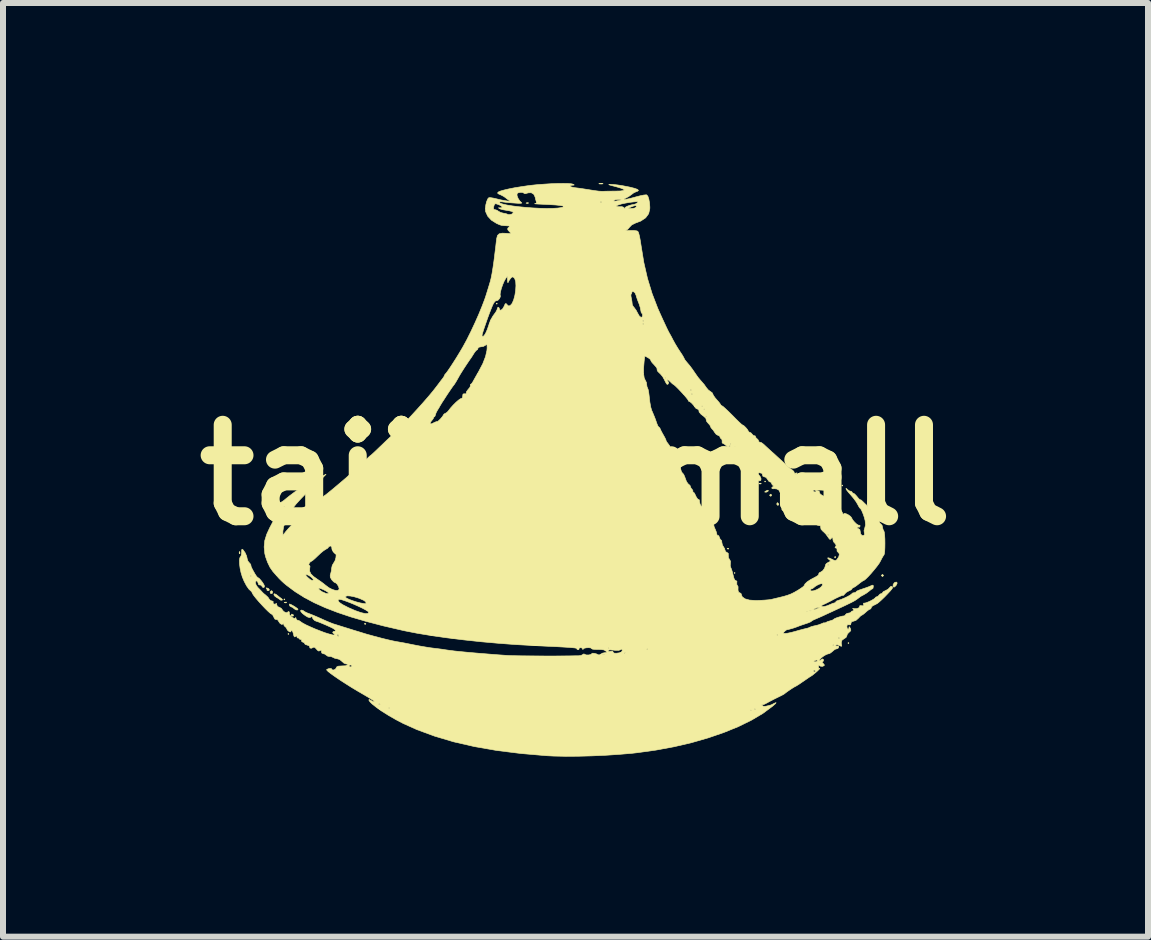
<source format=kicad_pcb>
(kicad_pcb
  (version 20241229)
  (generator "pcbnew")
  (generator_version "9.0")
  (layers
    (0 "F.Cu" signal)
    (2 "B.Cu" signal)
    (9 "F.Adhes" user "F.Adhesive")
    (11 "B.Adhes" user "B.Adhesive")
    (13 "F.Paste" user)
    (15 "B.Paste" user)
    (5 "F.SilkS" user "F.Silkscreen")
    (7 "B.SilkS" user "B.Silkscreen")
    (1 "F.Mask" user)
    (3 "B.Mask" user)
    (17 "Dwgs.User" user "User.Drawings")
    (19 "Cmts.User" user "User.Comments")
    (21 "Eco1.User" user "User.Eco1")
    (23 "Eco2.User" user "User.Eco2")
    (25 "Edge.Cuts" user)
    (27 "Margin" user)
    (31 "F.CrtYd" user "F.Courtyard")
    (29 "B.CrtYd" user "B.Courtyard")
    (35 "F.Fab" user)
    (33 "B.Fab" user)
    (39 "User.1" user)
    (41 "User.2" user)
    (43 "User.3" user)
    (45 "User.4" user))
  (footprint "tajin_small"
    (layer "F.Cu")
    (at 6.539 4.862)
    (property "Reference" "tajin_small" (at 0 0 0) (layer "F.SilkS") (effects (font (size 1.524 1.524) (thickness 0.3))))
    (attr through_hole)
    (fp_poly (pts (xy -4.843 2.074) (xy -4.851 2.083) (xy -4.86 2.074) (xy -4.851 2.066) (xy -4.843 2.074)) (stroke (width 0.01) (type solid)) (fill yes) (layer "F.SilkS"))
    (fp_poly (pts (xy -4.775 2.65) (xy -4.784 2.659) (xy -4.792 2.65) (xy -4.784 2.642) (xy -4.775 2.65)) (stroke (width 0.01) (type solid)) (fill yes) (layer "F.SilkS"))
    (fp_poly (pts (xy -1.304 -2.853) (xy -1.312 -2.845) (xy -1.321 -2.853) (xy -1.312 -2.862) (xy -1.304 -2.853)) (stroke (width 0.01) (type solid)) (fill yes) (layer "F.SilkS"))
    (fp_poly (pts (xy 2.659 1.634) (xy 2.65 1.643) (xy 2.642 1.634) (xy 2.65 1.626) (xy 2.659 1.634)) (stroke (width 0.01) (type solid)) (fill yes) (layer "F.SilkS"))
    (fp_poly (pts (xy 3.167 0.11) (xy 3.158 0.119) (xy 3.15 0.11) (xy 3.158 0.102) (xy 3.167 0.11)) (stroke (width 0.01) (type solid)) (fill yes) (layer "F.SilkS"))
    (fp_poly (pts (xy 3.522 0.652) (xy 3.514 0.66) (xy 3.505 0.652) (xy 3.514 0.643) (xy 3.522 0.652)) (stroke (width 0.01) (type solid)) (fill yes) (layer "F.SilkS"))
    (fp_poly (pts (xy 4.453 0.178) (xy 4.445 0.186) (xy 4.437 0.178) (xy 4.445 0.169) (xy 4.453 0.178)) (stroke (width 0.01) (type solid)) (fill yes) (layer "F.SilkS"))
    (fp_poly (pts (xy 4.555 2.802) (xy 4.547 2.811) (xy 4.538 2.802) (xy 4.547 2.794) (xy 4.555 2.802)) (stroke (width 0.01) (type solid)) (fill yes) (layer "F.SilkS"))
    (fp_poly (pts (xy -5.593 1.284) (xy -5.591 1.31) (xy -5.595 1.316) (xy -5.602 1.311) (xy -5.604 1.294) (xy -5.599 1.276) (xy -5.593 1.284)) (stroke (width 0.01) (type solid)) (fill yes) (layer "F.SilkS"))
    (fp_poly (pts (xy -4.814 2.123) (xy -4.819 2.131) (xy -4.836 2.132) (xy -4.854 2.128) (xy -4.846 2.122) (xy -4.82 2.12) (xy -4.814 2.123)) (stroke (width 0.01) (type solid)) (fill yes) (layer "F.SilkS"))
    (fp_poly (pts (xy -3.494 2.478) (xy -3.496 2.488) (xy -3.505 2.489) (xy -3.519 2.483) (xy -3.516 2.478) (xy -3.496 2.476) (xy -3.494 2.478)) (stroke (width 0.01) (type solid)) (fill yes) (layer "F.SilkS"))
    (fp_poly (pts (xy -0.784 -4.531) (xy -0.789 -4.524) (xy -0.806 -4.523) (xy -0.824 -4.527) (xy -0.816 -4.533) (xy -0.79 -4.535) (xy -0.784 -4.531)) (stroke (width 0.01) (type solid)) (fill yes) (layer "F.SilkS"))
    (fp_poly (pts (xy 2.213 0.666) (xy 2.21 0.676) (xy 2.201 0.677) (xy 2.187 0.671) (xy 2.19 0.666) (xy 2.21 0.664) (xy 2.213 0.666)) (stroke (width 0.01) (type solid)) (fill yes) (layer "F.SilkS"))
    (fp_poly (pts (xy 2.551 1.225) (xy 2.549 1.235) (xy 2.54 1.236) (xy 2.526 1.23) (xy 2.529 1.225) (xy 2.549 1.223) (xy 2.551 1.225)) (stroke (width 0.01) (type solid)) (fill yes) (layer "F.SilkS"))
    (fp_poly (pts (xy 2.805 -0.147) (xy 2.803 -0.137) (xy 2.794 -0.135) (xy 2.78 -0.142) (xy 2.783 -0.147) (xy 2.803 -0.149) (xy 2.805 -0.147)) (stroke (width 0.01) (type solid)) (fill yes) (layer "F.SilkS"))
    (fp_poly (pts (xy 3.094 0.142) (xy 3.089 0.15) (xy 3.072 0.151) (xy 3.054 0.147) (xy 3.062 0.141) (xy 3.088 0.139) (xy 3.094 0.142)) (stroke (width 0.01) (type solid)) (fill yes) (layer "F.SilkS"))
    (fp_poly (pts (xy 4.329 1.36) (xy 4.331 1.38) (xy 4.329 1.383) (xy 4.319 1.381) (xy 4.318 1.372) (xy 4.324 1.358) (xy 4.329 1.36)) (stroke (width 0.01) (type solid)) (fill yes) (layer "F.SilkS"))
    (fp_poly (pts (xy -5.048 1.944) (xy -5.046 1.956) (xy -5.057 1.979) (xy -5.08 1.975) (xy -5.085 1.97) (xy -5.089 1.949) (xy -5.071 1.932) (xy -5.062 1.93) (xy -5.048 1.944)) (stroke (width 0.01) (type solid)) (fill yes) (layer "F.SilkS"))
    (fp_poly (pts (xy -4.945 0.555) (xy -4.945 0.559) (xy -4.957 0.575) (xy -4.961 0.576) (xy -4.978 0.563) (xy -4.978 0.559) (xy -4.966 0.542) (xy -4.961 0.542) (xy -4.945 0.555)) (stroke (width 0.01) (type solid)) (fill yes) (layer "F.SilkS"))
    (fp_poly (pts (xy -4.702 2.332) (xy -4.699 2.337) (xy -4.703 2.351) (xy -4.715 2.354) (xy -4.738 2.345) (xy -4.741 2.337) (xy -4.729 2.32) (xy -4.725 2.32) (xy -4.702 2.332)) (stroke (width 0.01) (type solid)) (fill yes) (layer "F.SilkS"))
    (fp_poly (pts (xy 0.453 -4.855) (xy 0.458 -4.85) (xy 0.435 -4.847) (xy 0.423 -4.847) (xy 0.393 -4.849) (xy 0.389 -4.853) (xy 0.394 -4.855) (xy 0.437 -4.857) (xy 0.453 -4.855)) (stroke (width 0.01) (type solid)) (fill yes) (layer "F.SilkS"))
    (fp_poly (pts (xy 3.212 0.258) (xy 3.209 0.271) (xy 3.185 0.286) (xy 3.17 0.288) (xy 3.151 0.285) (xy 3.163 0.273) (xy 3.167 0.271) (xy 3.198 0.256) (xy 3.212 0.258)) (stroke (width 0.01) (type solid)) (fill yes) (layer "F.SilkS"))
    (fp_poly (pts (xy 3.268 0.335) (xy 3.268 0.339) (xy 3.255 0.355) (xy 3.251 0.356) (xy 3.235 0.343) (xy 3.234 0.339) (xy 3.247 0.322) (xy 3.251 0.322) (xy 3.268 0.335)) (stroke (width 0.01) (type solid)) (fill yes) (layer "F.SilkS"))
    (fp_poly (pts (xy 3.37 0.466) (xy 3.386 0.487) (xy 3.387 0.492) (xy 3.374 0.508) (xy 3.37 0.508) (xy 3.355 0.494) (xy 3.353 0.482) (xy 3.361 0.464) (xy 3.37 0.466)) (stroke (width 0.01) (type solid)) (fill yes) (layer "F.SilkS"))
    (fp_poly (pts (xy 3.459 0.453) (xy 3.463 0.457) (xy 3.459 0.472) (xy 3.447 0.474) (xy 3.424 0.465) (xy 3.421 0.457) (xy 3.433 0.441) (xy 3.436 0.44) (xy 3.459 0.453)) (stroke (width 0.01) (type solid)) (fill yes) (layer "F.SilkS"))
    (fp_poly (pts (xy 3.464 0.557) (xy 3.466 0.568) (xy 3.458 0.59) (xy 3.452 0.593) (xy 3.438 0.58) (xy 3.437 0.577) (xy 3.45 0.553) (xy 3.452 0.552) (xy 3.464 0.557)) (stroke (width 0.01) (type solid)) (fill yes) (layer "F.SilkS"))
    (fp_poly (pts (xy 5.13 1.672) (xy 5.131 1.676) (xy 5.118 1.693) (xy 5.114 1.693) (xy 5.097 1.68) (xy 5.097 1.676) (xy 5.11 1.66) (xy 5.114 1.659) (xy 5.13 1.672)) (stroke (width 0.01) (type solid)) (fill yes) (layer "F.SilkS"))
    (fp_poly (pts (xy 5.358 1.807) (xy 5.342 1.84) (xy 5.337 1.847) (xy 5.31 1.87) (xy 5.294 1.867) (xy 5.29 1.833) (xy 5.309 1.8) (xy 5.326 1.789) (xy 5.353 1.787) (xy 5.358 1.807)) (stroke (width 0.01) (type solid)) (fill yes) (layer "F.SilkS"))
    (fp_poly (pts (xy -5.141 1.884) (xy -5.113 1.895) (xy -5.101 1.914) (xy -5.109 1.928) (xy -5.122 1.93) (xy -5.141 1.923) (xy -5.14 1.915) (xy -5.144 1.895) (xy -5.152 1.89) (xy -5.156 1.884) (xy -5.141 1.884)) (stroke (width 0.01) (type solid)) (fill yes) (layer "F.SilkS"))
    (fp_poly (pts (xy -4.988 1.992) (xy -4.964 2.011) (xy -4.926 2.042) (xy -4.902 2.059) (xy -4.883 2.077) (xy -4.888 2.088) (xy -4.913 2.087) (xy -4.923 2.08) (xy -4.953 2.058) (xy -4.98 2.043) (xy -5.01 2.021) (xy -5.026 1.998) (xy -5.022 1.983) (xy -5.014 1.981) (xy -4.988 1.992)) (stroke (width 0.01) (type solid)) (fill yes) (layer "F.SilkS"))
    (fp_poly (pts (xy -4.743 2.159) (xy -4.706 2.179) (xy -4.667 2.203) (xy -4.635 2.226) (xy -4.623 2.239) (xy -4.635 2.252) (xy -4.661 2.248) (xy -4.688 2.23) (xy -4.691 2.227) (xy -4.718 2.205) (xy -4.733 2.201) (xy -4.757 2.188) (xy -4.764 2.176) (xy -4.768 2.154) (xy -4.765 2.151) (xy -4.743 2.159)) (stroke (width 0.01) (type solid)) (fill yes) (layer "F.SilkS"))
    (fp_poly (pts (xy 3.055 0.003) (xy 3.074 0.024) (xy 3.091 0.064) (xy 3.087 0.092) (xy 3.068 0.101) (xy 3.037 0.084) (xy 3.034 0.081) (xy 3.017 0.047) (xy 3.014 0.03) (xy 3.005 0.004) (xy 2.986 0.003) (xy 2.974 0.017) (xy 2.969 0.021) (xy 2.97 0.013) (xy 2.988 -0.01) (xy 3.02 -0.013) (xy 3.055 0.003)) (stroke (width 0.01) (type solid)) (fill yes) (layer "F.SilkS"))
    (fp_poly (pts (xy -0.125 -4.855) (xy -0.071 -4.85) (xy -0.051 -4.846) (xy -0.023 -4.833) (xy -0.025 -4.828) (xy -0.046 -4.827) (xy -0.084 -4.822) (xy -0.092 -4.811) (xy -0.074 -4.799) (xy -0.032 -4.788) (xy -0.004 -4.784) (xy 0.06 -4.776) (xy 0.141 -4.764) (xy 0.225 -4.751) (xy 0.242 -4.748) (xy 0.318 -4.736) (xy 0.389 -4.727) (xy 0.442 -4.724) (xy 0.454 -4.724) (xy 0.5 -4.726) (xy 0.568 -4.727) (xy 0.644 -4.728) (xy 0.665 -4.728) (xy 0.747 -4.73) (xy 0.796 -4.737) (xy 0.813 -4.748) (xy 0.813 -4.748) (xy 0.797 -4.76) (xy 0.756 -4.777) (xy 0.697 -4.795) (xy 0.665 -4.804) (xy 0.598 -4.821) (xy 0.562 -4.832) (xy 0.554 -4.838) (xy 0.571 -4.841) (xy 0.584 -4.841) (xy 0.635 -4.838) (xy 0.705 -4.83) (xy 0.778 -4.819) (xy 0.779 -4.819) (xy 0.897 -4.796) (xy 0.981 -4.775) (xy 1.032 -4.757) (xy 1.049 -4.74) (xy 1.034 -4.726) (xy 1.011 -4.718) (xy 0.971 -4.7) (xy 0.935 -4.673) (xy 0.891 -4.641) (xy 0.842 -4.614) (xy 0.81 -4.598) (xy 0.808 -4.59) (xy 0.831 -4.59) (xy 0.877 -4.598) (xy 0.942 -4.614) (xy 1.008 -4.632) (xy 1.077 -4.65) (xy 1.136 -4.662) (xy 1.176 -4.666) (xy 1.185 -4.665) (xy 1.205 -4.643) (xy 1.221 -4.596) (xy 1.233 -4.532) (xy 1.238 -4.46) (xy 1.237 -4.431) (xy 1.218 -4.351) (xy 1.168 -4.283) (xy 1.087 -4.229) (xy 1.002 -4.197) (xy 0.937 -4.165) (xy 0.901 -4.128) (xy 0.871 -4.093) (xy 0.839 -4.074) (xy 0.836 -4.071) (xy 0.861 -4.07) (xy 0.909 -4.072) (xy 0.909 -4.072) (xy 0.975 -4.072) (xy 1.022 -4.065) (xy 1.038 -4.058) (xy 1.051 -4.032) (xy 1.066 -3.975) (xy 1.081 -3.893) (xy 1.091 -3.827) (xy 1.138 -3.538) (xy 1.199 -3.272) (xy 1.276 -3.02) (xy 1.371 -2.773) (xy 1.388 -2.735) (xy 1.418 -2.668) (xy 1.452 -2.593) (xy 1.486 -2.52) (xy 1.517 -2.453) (xy 1.542 -2.402) (xy 1.557 -2.373) (xy 1.558 -2.371) (xy 1.574 -2.343) (xy 1.6 -2.296) (xy 1.624 -2.249) (xy 1.661 -2.182) (xy 1.707 -2.106) (xy 1.743 -2.051) (xy 1.777 -2) (xy 1.801 -1.959) (xy 1.812 -1.936) (xy 1.812 -1.936) (xy 1.823 -1.916) (xy 1.849 -1.883) (xy 1.86 -1.87) (xy 1.901 -1.822) (xy 1.943 -1.766) (xy 1.953 -1.752) (xy 2.003 -1.679) (xy 2.041 -1.625) (xy 2.077 -1.582) (xy 2.105 -1.55) (xy 2.144 -1.505) (xy 2.176 -1.459) (xy 2.18 -1.453) (xy 2.213 -1.414) (xy 2.246 -1.39) (xy 2.276 -1.369) (xy 2.286 -1.349) (xy 2.297 -1.325) (xy 2.324 -1.286) (xy 2.353 -1.252) (xy 2.39 -1.21) (xy 2.414 -1.177) (xy 2.421 -1.164) (xy 2.435 -1.152) (xy 2.439 -1.151) (xy 2.457 -1.14) (xy 2.493 -1.108) (xy 2.543 -1.061) (xy 2.601 -1.004) (xy 2.614 -0.991) (xy 2.673 -0.931) (xy 2.724 -0.881) (xy 2.762 -0.846) (xy 2.783 -0.83) (xy 2.785 -0.83) (xy 2.806 -0.818) (xy 2.836 -0.789) (xy 2.863 -0.757) (xy 2.878 -0.731) (xy 2.879 -0.727) (xy 2.892 -0.712) (xy 2.9 -0.711) (xy 2.925 -0.698) (xy 2.943 -0.677) (xy 2.965 -0.654) (xy 2.981 -0.652) (xy 2.995 -0.648) (xy 2.997 -0.638) (xy 3.011 -0.611) (xy 3.023 -0.603) (xy 3.045 -0.58) (xy 3.048 -0.567) (xy 3.059 -0.547) (xy 3.07 -0.545) (xy 3.096 -0.538) (xy 3.13 -0.513) (xy 3.136 -0.508) (xy 3.168 -0.478) (xy 3.217 -0.433) (xy 3.274 -0.381) (xy 3.303 -0.356) (xy 3.368 -0.296) (xy 3.435 -0.235) (xy 3.493 -0.181) (xy 3.508 -0.167) (xy 3.554 -0.125) (xy 3.593 -0.093) (xy 3.615 -0.079) (xy 3.638 -0.056) (xy 3.641 -0.043) (xy 3.651 -0.026) (xy 3.67 -0.029) (xy 3.69 -0.034) (xy 3.684 -0.021) (xy 3.677 -0.012) (xy 3.663 0.01) (xy 3.674 0.017) (xy 3.683 0.017) (xy 3.712 0.029) (xy 3.75 0.058) (xy 3.768 0.075) (xy 3.819 0.124) (xy 3.876 0.169) (xy 3.888 0.178) (xy 3.927 0.21) (xy 3.951 0.24) (xy 3.954 0.251) (xy 3.968 0.277) (xy 3.986 0.285) (xy 4.007 0.284) (xy 4.004 0.27) (xy 4.001 0.256) (xy 4.02 0.26) (xy 4.049 0.269) (xy 4.057 0.271) (xy 4.063 0.285) (xy 4.064 0.297) (xy 4.078 0.32) (xy 4.113 0.344) (xy 4.123 0.348) (xy 4.16 0.369) (xy 4.178 0.39) (xy 4.178 0.394) (xy 4.188 0.413) (xy 4.199 0.416) (xy 4.249 0.43) (xy 4.292 0.463) (xy 4.31 0.493) (xy 4.322 0.517) (xy 4.334 0.509) (xy 4.337 0.506) (xy 4.349 0.492) (xy 4.352 0.505) (xy 4.363 0.53) (xy 4.392 0.563) (xy 4.398 0.57) (xy 4.429 0.601) (xy 4.444 0.624) (xy 4.445 0.627) (xy 4.455 0.651) (xy 4.458 0.653) (xy 4.47 0.654) (xy 4.47 0.648) (xy 4.482 0.641) (xy 4.511 0.649) (xy 4.547 0.667) (xy 4.579 0.69) (xy 4.598 0.712) (xy 4.598 0.714) (xy 4.616 0.748) (xy 4.647 0.785) (xy 4.681 0.818) (xy 4.71 0.837) (xy 4.724 0.838) (xy 4.739 0.842) (xy 4.741 0.854) (xy 4.73 0.872) (xy 4.716 0.87) (xy 4.694 0.87) (xy 4.691 0.879) (xy 4.704 0.895) (xy 4.716 0.897) (xy 4.737 0.912) (xy 4.742 0.936) (xy 4.75 0.984) (xy 4.773 1.01) (xy 4.8 1.01) (xy 4.819 0.993) (xy 4.812 0.971) (xy 4.807 0.928) (xy 4.818 0.889) (xy 4.832 0.834) (xy 4.826 0.768) (xy 4.825 0.761) (xy 4.81 0.704) (xy 4.79 0.647) (xy 4.769 0.597) (xy 4.752 0.566) (xy 4.743 0.559) (xy 4.73 0.545) (xy 4.71 0.51) (xy 4.701 0.492) (xy 4.673 0.445) (xy 4.63 0.387) (xy 4.587 0.336) (xy 4.546 0.29) (xy 4.517 0.252) (xy 4.505 0.23) (xy 4.505 0.229) (xy 4.513 0.226) (xy 4.528 0.241) (xy 4.558 0.265) (xy 4.578 0.271) (xy 4.602 0.279) (xy 4.606 0.288) (xy 4.619 0.304) (xy 4.627 0.305) (xy 4.65 0.318) (xy 4.68 0.35) (xy 4.691 0.363) (xy 4.719 0.397) (xy 4.739 0.413) (xy 4.743 0.414) (xy 4.76 0.42) (xy 4.787 0.445) (xy 4.787 0.445) (xy 4.819 0.477) (xy 4.865 0.519) (xy 4.899 0.548) (xy 4.945 0.593) (xy 4.983 0.64) (xy 4.998 0.667) (xy 5.019 0.71) (xy 5.041 0.742) (xy 5.041 0.742) (xy 5.06 0.773) (xy 5.063 0.787) (xy 5.077 0.812) (xy 5.088 0.819) (xy 5.108 0.842) (xy 5.114 0.868) (xy 5.123 0.909) (xy 5.135 0.929) (xy 5.144 0.954) (xy 5.15 1.003) (xy 5.154 1.068) (xy 5.155 1.141) (xy 5.154 1.213) (xy 5.151 1.275) (xy 5.145 1.318) (xy 5.138 1.335) (xy 5.123 1.356) (xy 5.1 1.397) (xy 5.081 1.435) (xy 5.058 1.475) (xy 5.02 1.527) (xy 4.973 1.585) (xy 4.923 1.644) (xy 4.875 1.696) (xy 4.833 1.737) (xy 4.805 1.759) (xy 4.798 1.761) (xy 4.78 1.771) (xy 4.745 1.796) (xy 4.715 1.82) (xy 4.672 1.853) (xy 4.637 1.875) (xy 4.624 1.88) (xy 4.607 1.892) (xy 4.606 1.897) (xy 4.592 1.915) (xy 4.557 1.932) (xy 4.555 1.933) (xy 4.513 1.956) (xy 4.486 1.983) (xy 4.467 2.006) (xy 4.455 2.007) (xy 4.435 2.011) (xy 4.393 2.029) (xy 4.336 2.056) (xy 4.301 2.074) (xy 4.236 2.109) (xy 4.18 2.137) (xy 4.14 2.156) (xy 4.13 2.16) (xy 4.103 2.175) (xy 4.098 2.187) (xy 4.112 2.196) (xy 4.147 2.193) (xy 4.194 2.18) (xy 4.244 2.159) (xy 4.247 2.158) (xy 4.287 2.14) (xy 4.314 2.134) (xy 4.333 2.123) (xy 4.335 2.117) (xy 4.349 2.102) (xy 4.381 2.09) (xy 4.423 2.076) (xy 4.476 2.054) (xy 4.529 2.029) (xy 4.574 2.004) (xy 4.601 1.984) (xy 4.606 1.978) (xy 4.62 1.967) (xy 4.64 1.964) (xy 4.667 1.958) (xy 4.674 1.949) (xy 4.688 1.936) (xy 4.727 1.919) (xy 4.771 1.904) (xy 4.833 1.883) (xy 4.888 1.863) (xy 4.915 1.851) (xy 4.947 1.837) (xy 4.96 1.842) (xy 4.961 1.862) (xy 4.956 1.89) (xy 4.949 1.897) (xy 4.928 1.907) (xy 4.897 1.932) (xy 4.894 1.935) (xy 4.846 1.971) (xy 4.801 1.998) (xy 4.763 2.018) (xy 4.742 2.031) (xy 4.741 2.032) (xy 4.723 2.046) (xy 4.689 2.071) (xy 4.682 2.076) (xy 4.661 2.09) (xy 4.635 2.105) (xy 4.601 2.123) (xy 4.554 2.146) (xy 4.49 2.177) (xy 4.404 2.217) (xy 4.292 2.269) (xy 4.284 2.273) (xy 4.192 2.315) (xy 4.126 2.346) (xy 4.077 2.368) (xy 4.042 2.383) (xy 4.013 2.396) (xy 3.986 2.407) (xy 3.984 2.408) (xy 3.947 2.425) (xy 3.929 2.439) (xy 3.929 2.44) (xy 3.914 2.45) (xy 3.875 2.466) (xy 3.831 2.481) (xy 3.774 2.5) (xy 3.729 2.516) (xy 3.708 2.524) (xy 3.677 2.536) (xy 3.631 2.552) (xy 3.582 2.566) (xy 3.542 2.577) (xy 3.522 2.58) (xy 3.505 2.589) (xy 3.481 2.61) (xy 3.46 2.632) (xy 3.466 2.64) (xy 3.498 2.642) (xy 3.539 2.637) (xy 3.599 2.624) (xy 3.666 2.606) (xy 3.666 2.606) (xy 3.733 2.587) (xy 3.794 2.571) (xy 3.835 2.561) (xy 3.877 2.551) (xy 3.903 2.539) (xy 3.93 2.528) (xy 3.975 2.516) (xy 3.988 2.514) (xy 4.045 2.5) (xy 4.096 2.481) (xy 4.102 2.478) (xy 4.134 2.465) (xy 4.149 2.465) (xy 4.149 2.465) (xy 4.159 2.467) (xy 4.17 2.459) (xy 4.201 2.444) (xy 4.245 2.431) (xy 4.246 2.431) (xy 4.283 2.419) (xy 4.301 2.408) (xy 4.301 2.407) (xy 4.316 2.396) (xy 4.351 2.381) (xy 4.397 2.366) (xy 4.441 2.354) (xy 4.471 2.35) (xy 4.475 2.35) (xy 4.492 2.34) (xy 4.498 2.328) (xy 4.521 2.309) (xy 4.548 2.303) (xy 4.579 2.297) (xy 4.589 2.286) (xy 4.603 2.271) (xy 4.614 2.269) (xy 4.637 2.259) (xy 4.634 2.24) (xy 4.619 2.229) (xy 4.617 2.225) (xy 4.642 2.229) (xy 4.644 2.229) (xy 4.683 2.229) (xy 4.717 2.217) (xy 4.735 2.198) (xy 4.733 2.185) (xy 4.741 2.178) (xy 4.767 2.18) (xy 4.797 2.182) (xy 4.801 2.168) (xy 4.799 2.16) (xy 4.797 2.138) (xy 4.812 2.137) (xy 4.838 2.132) (xy 4.88 2.116) (xy 4.927 2.094) (xy 4.968 2.07) (xy 4.992 2.051) (xy 4.995 2.045) (xy 5.009 2.033) (xy 5.019 2.032) (xy 5.045 2.018) (xy 5.052 2.007) (xy 5.075 1.984) (xy 5.088 1.981) (xy 5.111 1.972) (xy 5.114 1.963) (xy 5.128 1.946) (xy 5.163 1.929) (xy 5.165 1.928) (xy 5.207 1.905) (xy 5.234 1.877) (xy 5.255 1.856) (xy 5.276 1.86) (xy 5.283 1.881) (xy 5.272 1.9) (xy 5.242 1.936) (xy 5.199 1.982) (xy 5.15 2.033) (xy 5.101 2.08) (xy 5.058 2.119) (xy 5.028 2.143) (xy 5.026 2.144) (xy 4.984 2.166) (xy 4.957 2.178) (xy 4.932 2.198) (xy 4.928 2.212) (xy 4.917 2.233) (xy 4.91 2.235) (xy 4.887 2.246) (xy 4.852 2.273) (xy 4.838 2.286) (xy 4.802 2.317) (xy 4.775 2.335) (xy 4.77 2.337) (xy 4.751 2.349) (xy 4.722 2.378) (xy 4.713 2.388) (xy 4.671 2.425) (xy 4.63 2.438) (xy 4.598 2.447) (xy 4.589 2.473) (xy 4.582 2.499) (xy 4.556 2.498) (xy 4.555 2.498) (xy 4.53 2.496) (xy 4.522 2.517) (xy 4.521 2.53) (xy 4.528 2.563) (xy 4.542 2.574) (xy 4.554 2.56) (xy 4.556 2.544) (xy 4.56 2.529) (xy 4.571 2.544) (xy 4.577 2.555) (xy 4.587 2.588) (xy 4.573 2.611) (xy 4.559 2.621) (xy 4.53 2.651) (xy 4.521 2.678) (xy 4.507 2.709) (xy 4.481 2.725) (xy 4.439 2.755) (xy 4.427 2.8) (xy 4.432 2.828) (xy 4.436 2.854) (xy 4.421 2.854) (xy 4.406 2.847) (xy 4.363 2.83) (xy 4.338 2.834) (xy 4.335 2.844) (xy 4.347 2.854) (xy 4.36 2.851) (xy 4.382 2.854) (xy 4.386 2.868) (xy 4.372 2.892) (xy 4.359 2.896) (xy 4.324 2.906) (xy 4.309 2.917) (xy 4.264 2.955) (xy 4.236 2.975) (xy 4.218 2.98) (xy 4.217 2.98) (xy 4.183 2.99) (xy 4.14 3.014) (xy 4.099 3.044) (xy 4.07 3.073) (xy 4.064 3.088) (xy 4.073 3.094) (xy 4.084 3.085) (xy 4.113 3.066) (xy 4.13 3.076) (xy 4.132 3.09) (xy 4.121 3.113) (xy 4.112 3.116) (xy 4.107 3.124) (xy 4.124 3.14) (xy 4.144 3.163) (xy 4.143 3.178) (xy 4.112 3.191) (xy 4.076 3.186) (xy 4.06 3.175) (xy 4.051 3.176) (xy 4.047 3.197) (xy 4.053 3.225) (xy 4.068 3.224) (xy 4.07 3.227) (xy 4.051 3.247) (xy 4.03 3.268) (xy 3.984 3.308) (xy 3.94 3.343) (xy 3.927 3.351) (xy 3.89 3.374) (xy 3.838 3.41) (xy 3.78 3.45) (xy 3.779 3.45) (xy 3.729 3.485) (xy 3.689 3.51) (xy 3.669 3.522) (xy 3.668 3.522) (xy 3.65 3.531) (xy 3.614 3.553) (xy 3.57 3.582) (xy 3.528 3.611) (xy 3.497 3.634) (xy 3.488 3.642) (xy 3.47 3.655) (xy 3.429 3.677) (xy 3.378 3.702) (xy 3.309 3.736) (xy 3.238 3.773) (xy 3.198 3.795) (xy 3.152 3.819) (xy 3.117 3.831) (xy 3.106 3.83) (xy 3.102 3.831) (xy 3.107 3.841) (xy 3.134 3.857) (xy 3.169 3.855) (xy 3.222 3.843) (xy 3.258 3.833) (xy 3.29 3.817) (xy 3.297 3.813) (xy 3.333 3.796) (xy 3.342 3.797) (xy 3.324 3.818) (xy 3.282 3.855) (xy 3.122 3.974) (xy 2.931 4.087) (xy 2.713 4.194) (xy 2.472 4.292) (xy 2.21 4.382) (xy 1.932 4.462) (xy 1.64 4.53) (xy 1.337 4.586) (xy 1.028 4.629) (xy 0.94 4.639) (xy 0.724 4.657) (xy 0.498 4.672) (xy 0.268 4.682) (xy 0.043 4.688) (xy -0.171 4.689) (xy -0.364 4.685) (xy -0.483 4.679) (xy -0.912 4.642) (xy -1.312 4.592) (xy -1.684 4.527) (xy -2.029 4.448) (xy -2.348 4.353) (xy -2.644 4.244) (xy -2.871 4.142) (xy -2.995 4.077) (xy -3.115 4.008) (xy -3.226 3.938) (xy -3.252 3.92) (xy 2.913 3.92) (xy 2.921 3.929) (xy 2.929 3.92) (xy 2.921 3.912) (xy 2.913 3.92) (xy -3.252 3.92) (xy -3.276 3.903) (xy 2.98 3.903) (xy 2.989 3.912) (xy 2.997 3.903) (xy 2.989 3.895) (xy 2.98 3.903) (xy -3.276 3.903) (xy -3.3 3.886) (xy -3.116 3.886) (xy -3.107 3.895) (xy -3.099 3.886) (xy -3.107 3.878) (xy -3.116 3.886) (xy -3.3 3.886) (xy -3.321 3.871) (xy -3.389 3.816) (xy -3.279 3.816) (xy -3.277 3.826) (xy -3.268 3.827) (xy -3.254 3.821) (xy -3.257 3.816) (xy -3.277 3.814) (xy -3.279 3.816) (xy -3.389 3.816) (xy -3.394 3.812) (xy -3.427 3.779) (xy -3.444 3.751) (xy -3.438 3.741) (xy -3.413 3.755) (xy -3.411 3.757) (xy -3.384 3.771) (xy -3.344 3.783) (xy -3.341 3.78) (xy -3.363 3.762) (xy -3.408 3.733) (xy -3.471 3.695) (xy -3.522 3.665) (xy -3.627 3.604) (xy -3.732 3.541) (xy -3.833 3.477) (xy -3.926 3.417) (xy -4.008 3.361) (xy -4.074 3.314) (xy -4.121 3.277) (xy -4.13 3.268) (xy 3.962 3.268) (xy 3.975 3.285) (xy 3.979 3.285) (xy 3.996 3.272) (xy 3.996 3.268) (xy 3.983 3.252) (xy 3.979 3.251) (xy 3.963 3.264) (xy 3.962 3.268) (xy -4.13 3.268) (xy -4.145 3.252) (xy -4.147 3.244) (xy -4.121 3.231) (xy -4.089 3.225) (xy -4.067 3.228) (xy -4.064 3.233) (xy -4.052 3.25) (xy -4.027 3.25) (xy -4 3.236) (xy -3.988 3.217) (xy -3.976 3.197) (xy -3.951 3.187) (xy -3.904 3.184) (xy -3.885 3.183) (xy -3.776 3.183) (xy -3.762 3.198) (xy -3.751 3.2) (xy -3.728 3.191) (xy -3.725 3.183) (xy -3.739 3.168) (xy -3.751 3.167) (xy -3.773 3.176) (xy -3.776 3.183) (xy -3.885 3.183) (xy -3.834 3.181) (xy -3.801 3.173) (xy -3.793 3.167) (xy -3.807 3.153) (xy -3.826 3.15) (xy -3.859 3.137) (xy -3.887 3.111) (xy 3.966 3.111) (xy 3.983 3.115) (xy 3.992 3.115) (xy 4.022 3.109) (xy 4.03 3.099) (xy 4.019 3.083) (xy 3.989 3.093) (xy 3.979 3.099) (xy 3.966 3.111) (xy -3.887 3.111) (xy -3.892 3.107) (xy -3.93 3.076) (xy -3.966 3.065) (xy -4.012 3.055) (xy -4.038 3.042) (xy -4.075 3.026) (xy -4.098 3.026) (xy -4.13 3.02) (xy -4.148 3.007) (xy -4.181 2.984) (xy -4.202 2.98) (xy -4.228 2.968) (xy -4.233 2.944) (xy -4.237 2.92) (xy -4.253 2.925) (xy -4.257 2.928) (xy -4.278 2.936) (xy -4.302 2.92) (xy -4.316 2.903) (xy -4.344 2.874) (xy -4.364 2.87) (xy -4.376 2.878) (xy -4.403 2.889) (xy -4.425 2.884) (xy -4.43 2.866) (xy -4.428 2.862) (xy -4.436 2.849) (xy -4.468 2.837) (xy -4.47 2.836) (xy -4.503 2.825) (xy -4.513 2.812) (xy -4.513 2.811) (xy -4.52 2.797) (xy -4.54 2.789) (xy -4.563 2.775) (xy -4.564 2.761) (xy -4.567 2.746) (xy -4.579 2.743) (xy -4.603 2.734) (xy -4.606 2.725) (xy -4.616 2.715) (xy -4.623 2.718) (xy -4.637 2.714) (xy -4.64 2.7) (xy -4.644 2.681) (xy -4.663 2.691) (xy -4.664 2.692) (xy -4.681 2.7) (xy -4.692 2.684) (xy -4.696 2.669) (xy -3.974 2.669) (xy -3.971 2.675) (xy -3.956 2.692) (xy -3.953 2.692) (xy -3.946 2.679) (xy -3.945 2.675) (xy -3.958 2.659) (xy -3.963 2.659) (xy -3.974 2.669) (xy -4.696 2.669) (xy -4.7 2.651) (xy -4.711 2.614) (xy -4.726 2.592) (xy -4.738 2.59) (xy -4.741 2.608) (xy -4.752 2.617) (xy -4.775 2.608) (xy -4.802 2.584) (xy -4.809 2.567) (xy -4.823 2.541) (xy -4.834 2.534) (xy -4.856 2.511) (xy -4.86 2.494) (xy -4.865 2.476) (xy -4.873 2.484) (xy -4.894 2.492) (xy -4.921 2.477) (xy -4.945 2.444) (xy -4.95 2.432) (xy -4.97 2.41) (xy -4.986 2.41) (xy -5.009 2.403) (xy -5.027 2.37) (xy -5.045 2.335) (xy -5.063 2.32) (xy -5.064 2.32) (xy -5.084 2.308) (xy -5.121 2.275) (xy -5.169 2.228) (xy -5.222 2.172) (xy -5.275 2.114) (xy -5.323 2.058) (xy -5.36 2.011) (xy -5.382 1.978) (xy -5.385 1.969) (xy -5.398 1.944) (xy -5.409 1.935) (xy -5.443 1.903) (xy -5.482 1.847) (xy -5.521 1.773) (xy -5.551 1.702) (xy -5.556 1.685) (xy -5.419 1.685) (xy -5.41 1.693) (xy -5.402 1.685) (xy -5.41 1.676) (xy -5.419 1.685) (xy -5.556 1.685) (xy -5.573 1.63) (xy -5.589 1.555) (xy -5.598 1.483) (xy -5.6 1.422) (xy -5.593 1.381) (xy -5.585 1.37) (xy -5.571 1.345) (xy -5.564 1.302) (xy -5.563 1.291) (xy -5.562 1.25) (xy -5.556 1.238) (xy -5.54 1.248) (xy -5.537 1.252) (xy -5.505 1.297) (xy -5.48 1.353) (xy -5.469 1.404) (xy -5.469 1.404) (xy -5.458 1.437) (xy -5.435 1.465) (xy -5.413 1.49) (xy -5.409 1.503) (xy -5.407 1.522) (xy -5.391 1.559) (xy -5.366 1.606) (xy -5.339 1.653) (xy -5.314 1.691) (xy -5.296 1.71) (xy -5.293 1.711) (xy -5.272 1.724) (xy -5.242 1.757) (xy -5.211 1.797) (xy -5.189 1.835) (xy -5.182 1.857) (xy -5.191 1.877) (xy -5.211 1.874) (xy -5.227 1.853) (xy -5.246 1.835) (xy -5.259 1.835) (xy -5.279 1.829) (xy -5.286 1.808) (xy -5.299 1.775) (xy -5.317 1.765) (xy -5.332 1.78) (xy -5.334 1.798) (xy -5.322 1.836) (xy -5.293 1.877) (xy -5.287 1.882) (xy -5.252 1.918) (xy -5.225 1.947) (xy -5.223 1.95) (xy -5.197 1.976) (xy -5.159 2.006) (xy -5.159 2.007) (xy -5.124 2.039) (xy -5.104 2.07) (xy -5.104 2.07) (xy -5.081 2.095) (xy -5.061 2.1) (xy -5.038 2.107) (xy -5.039 2.119) (xy -5.037 2.142) (xy -5.028 2.152) (xy -5.001 2.154) (xy -4.992 2.145) (xy -4.982 2.141) (xy -4.979 2.162) (xy -4.966 2.194) (xy -4.94 2.204) (xy -4.904 2.223) (xy -4.886 2.247) (xy -4.864 2.275) (xy -4.833 2.293) (xy -4.806 2.296) (xy -4.795 2.285) (xy -4.779 2.276) (xy -4.774 2.278) (xy -4.766 2.299) (xy -4.769 2.31) (xy -4.762 2.334) (xy -4.733 2.364) (xy -4.727 2.369) (xy -4.69 2.391) (xy -4.671 2.389) (xy -4.668 2.383) (xy -4.66 2.377) (xy -4.658 2.392) (xy -4.645 2.417) (xy -4.632 2.421) (xy -4.6 2.432) (xy -4.585 2.443) (xy -4.55 2.467) (xy -4.493 2.498) (xy -4.421 2.531) (xy -4.341 2.566) (xy -4.257 2.599) (xy -4.178 2.629) (xy -4.107 2.651) (xy -4.053 2.666) (xy -4.021 2.668) (xy -4.016 2.666) (xy -4.018 2.651) (xy -4.026 2.646) (xy -4.046 2.629) (xy -4.039 2.612) (xy -4.022 2.608) (xy -3.998 2.601) (xy -4.003 2.585) (xy -4.034 2.561) (xy -4.068 2.543) (xy -4.151 2.505) (xy -4.224 2.474) (xy -4.281 2.451) (xy -4.316 2.439) (xy -4.321 2.438) (xy -4.349 2.425) (xy -4.375 2.397) (xy -4.386 2.37) (xy -4.391 2.358) (xy -4.41 2.37) (xy -4.431 2.378) (xy -4.462 2.369) (xy -4.502 2.345) (xy -4.549 2.309) (xy -4.576 2.279) (xy -4.58 2.258) (xy -4.564 2.252) (xy -4.536 2.261) (xy -4.531 2.267) (xy -4.511 2.28) (xy -4.47 2.3) (xy -4.441 2.311) (xy -4.382 2.334) (xy -4.309 2.365) (xy -4.25 2.391) (xy -4.173 2.426) (xy -4.119 2.449) (xy -4.08 2.465) (xy -4.049 2.477) (xy -4.039 2.481) (xy -4.003 2.492) (xy -3.943 2.511) (xy -3.866 2.535) (xy -3.779 2.562) (xy -3.69 2.59) (xy -3.607 2.615) (xy -3.536 2.637) (xy -3.484 2.653) (xy -3.463 2.659) (xy -3.418 2.671) (xy -3.357 2.688) (xy -3.31 2.7) (xy -3.225 2.723) (xy -3.135 2.745) (xy -3.052 2.764) (xy -2.983 2.778) (xy -2.946 2.784) (xy -2.914 2.79) (xy -2.856 2.8) (xy -2.781 2.815) (xy -2.697 2.832) (xy -2.691 2.833) (xy -2.598 2.851) (xy -2.505 2.867) (xy -2.424 2.88) (xy -2.369 2.887) (xy -2.295 2.896) (xy -2.218 2.906) (xy -2.176 2.913) (xy -2.112 2.922) (xy -2.019 2.934) (xy -1.902 2.946) (xy -1.766 2.959) (xy -1.615 2.972) (xy -1.454 2.985) (xy -1.288 2.998) (xy -1.143 3.008) (xy -1.086 3.011) (xy -1.001 3.013) (xy -0.893 3.015) (xy -0.769 3.016) (xy -0.634 3.017) (xy -0.493 3.018) (xy -0.353 3.018) (xy -0.219 3.017) (xy -0.096 3.016) (xy -0.042 3.015) (xy -0.002 3.014) (xy 0.049 3.014) (xy 0.05 3.014) (xy 0.093 3.008) (xy 0.12 2.994) (xy 0.122 2.992) (xy 0.14 2.982) (xy 0.152 2.99) (xy 0.178 3) (xy 0.216 3.001) (xy 0.251 2.994) (xy 0.27 2.981) (xy 0.271 2.978) (xy 0.284 2.971) (xy 0.316 2.974) (xy 0.352 2.984) (xy 0.379 2.998) (xy 0.379 2.998) (xy 0.401 2.999) (xy 0.41 2.993) (xy 0.448 2.993) (xy 0.464 2.996) (xy 0.486 2.993) (xy 0.486 2.987) (xy 0.464 2.983) (xy 0.454 2.986) (xy 0.448 2.993) (xy 0.41 2.993) (xy 0.418 2.988) (xy 0.453 2.969) (xy 0.487 2.963) (xy 0.518 2.961) (xy 0.519 2.951) (xy 0.504 2.935) (xy 0.494 2.929) (xy 0.542 2.929) (xy 0.556 2.943) (xy 0.584 2.939) (xy 0.617 2.937) (xy 0.627 2.953) (xy 0.638 2.969) (xy 0.675 2.972) (xy 0.685 2.971) (xy 0.73 2.965) (xy 0.735 2.963) (xy 0.813 2.963) (xy 0.819 2.977) (xy 0.824 2.975) (xy 0.826 2.955) (xy 0.824 2.952) (xy 0.814 2.954) (xy 0.813 2.963) (xy 0.735 2.963) (xy 0.76 2.956) (xy 0.761 2.955) (xy 0.777 2.931) (xy 0.779 2.918) (xy 0.775 2.904) (xy 1.185 2.904) (xy 1.194 2.913) (xy 1.202 2.904) (xy 1.194 2.896) (xy 1.185 2.904) (xy 0.775 2.904) (xy 0.774 2.901) (xy 0.755 2.911) (xy 0.754 2.912) (xy 0.719 2.924) (xy 0.656 2.923) (xy 0.636 2.92) (xy 0.579 2.915) (xy 0.549 2.919) (xy 0.542 2.929) (xy 0.494 2.929) (xy 0.475 2.917) (xy 0.427 2.91) (xy 0.373 2.909) (xy 0.318 2.908) (xy 0.281 2.903) (xy 0.271 2.895) (xy 0.261 2.887) (xy 0.542 2.887) (xy 0.55 2.896) (xy 0.559 2.887) (xy 0.55 2.879) (xy 0.542 2.887) (xy 0.261 2.887) (xy 0.257 2.884) (xy 0.222 2.879) (xy 0.181 2.881) (xy 0.145 2.888) (xy 0.13 2.9) (xy 0.122 2.912) (xy 0.12 2.9) (xy 0.104 2.883) (xy 0.084 2.879) (xy 0.06 2.885) (xy 0.059 2.896) (xy 0.055 2.91) (xy 0.042 2.913) (xy 0.024 2.905) (xy 0.024 2.897) (xy 0.023 2.892) (xy 0.011 2.888) (xy -0.014 2.883) (xy -0.056 2.879) (xy -0.116 2.874) (xy -0.197 2.869) (xy -0.303 2.863) (xy -0.436 2.857) (xy -0.598 2.849) (xy -0.703 2.844) (xy -0.839 2.836) (xy 4.284 2.836) (xy 4.293 2.845) (xy 4.301 2.836) (xy 4.293 2.828) (xy 4.284 2.836) (xy -0.839 2.836) (xy -0.991 2.828) (xy -1.284 2.806) (xy -1.576 2.78) (xy -1.864 2.749) (xy -2.14 2.715) (xy -2.142 2.715) (xy 4.374 2.715) (xy 4.377 2.725) (xy 4.386 2.726) (xy 4.4 2.72) (xy 4.397 2.715) (xy 4.377 2.713) (xy 4.374 2.715) (xy -2.142 2.715) (xy -2.399 2.678) (xy -2.467 2.667) (xy 3.353 2.667) (xy 3.361 2.675) (xy 3.37 2.667) (xy 3.361 2.659) (xy 3.353 2.667) (xy -2.467 2.667) (xy -2.637 2.639) (xy -2.847 2.598) (xy -2.887 2.589) (xy -3.202 2.516) (xy -3.485 2.442) (xy -3.739 2.368) (xy -3.968 2.291) (xy -4.172 2.212) (xy -4.356 2.129) (xy -4.418 2.096) (xy -3.957 2.096) (xy -3.935 2.125) (xy -3.883 2.161) (xy -3.799 2.204) (xy -3.795 2.207) (xy -3.674 2.26) (xy -3.577 2.294) (xy -3.506 2.311) (xy -3.46 2.309) (xy -3.443 2.293) (xy -3.454 2.278) (xy 3.844 2.278) (xy 3.852 2.286) (xy 3.861 2.278) (xy 3.852 2.269) (xy 3.844 2.278) (xy -3.454 2.278) (xy -3.454 2.277) (xy -3.484 2.258) (xy 3.9 2.258) (xy 3.903 2.268) (xy 3.912 2.269) (xy 3.926 2.263) (xy 3.923 2.258) (xy 3.903 2.256) (xy 3.9 2.258) (xy -3.484 2.258) (xy -3.491 2.253) (xy -3.505 2.246) (xy 3.954 2.246) (xy 3.956 2.251) (xy 3.984 2.245) (xy 4.026 2.23) (xy 4.032 2.227) (xy 4.063 2.212) (xy 4.068 2.203) (xy 4.064 2.203) (xy 4.038 2.208) (xy 4.004 2.22) (xy 3.972 2.234) (xy 3.954 2.246) (xy -3.505 2.246) (xy -3.547 2.223) (xy -3.616 2.19) (xy -3.692 2.156) (xy -3.768 2.125) (xy -3.838 2.099) (xy -3.896 2.08) (xy -3.934 2.073) (xy -3.946 2.075) (xy -3.957 2.096) (xy -4.418 2.096) (xy -4.522 2.04) (xy -4.524 2.039) (xy -3.834 2.039) (xy -3.814 2.054) (xy -3.771 2.075) (xy -3.712 2.097) (xy -3.647 2.118) (xy -3.584 2.134) (xy -3.556 2.139) (xy -3.519 2.145) (xy -3.501 2.148) (xy -3.489 2.139) (xy -3.489 2.138) (xy -3.497 2.114) (xy -3.527 2.091) (xy -3.582 2.066) (xy -3.617 2.052) (xy -3.69 2.03) (xy -3.753 2.018) (xy -3.802 2.015) (xy -3.831 2.024) (xy -3.834 2.039) (xy -4.524 2.039) (xy -4.672 1.946) (xy -4.735 1.899) (xy -4.281 1.899) (xy -4.263 1.919) (xy -4.23 1.943) (xy -4.215 1.951) (xy -4.159 1.975) (xy -4.124 1.979) (xy -4.115 1.968) (xy -4.129 1.953) (xy -4.164 1.931) (xy -4.21 1.908) (xy -4.256 1.89) (xy -4.28 1.887) (xy -4.281 1.899) (xy -4.735 1.899) (xy -4.809 1.844) (xy -4.817 1.838) (xy -4.861 1.801) (xy -4.899 1.766) (xy -4.941 1.724) (xy -4.991 1.668) (xy -4.993 1.666) (xy -4.496 1.666) (xy -4.483 1.688) (xy -4.462 1.709) (xy -4.42 1.745) (xy -4.387 1.76) (xy -4.37 1.753) (xy -4.369 1.745) (xy -4.382 1.723) (xy -4.414 1.695) (xy -4.452 1.671) (xy -4.484 1.66) (xy -4.485 1.659) (xy -4.496 1.666) (xy -4.993 1.666) (xy -5.042 1.61) (xy -5.089 1.543) (xy -5.11 1.5) (xy -4.446 1.5) (xy -4.436 1.507) (xy -4.424 1.522) (xy -4.428 1.556) (xy -4.43 1.604) (xy -4.411 1.647) (xy -4.368 1.691) (xy -4.301 1.739) (xy -4.245 1.777) (xy -4.194 1.815) (xy -4.166 1.838) (xy -4.11 1.88) (xy -4.053 1.909) (xy -4.001 1.925) (xy -3.961 1.926) (xy -3.94 1.909) (xy -3.938 1.897) (xy -3.948 1.861) (xy -3.97 1.823) (xy -3.996 1.799) (xy -4.008 1.795) (xy -4.03 1.782) (xy -4.059 1.751) (xy -4.063 1.746) (xy -4.086 1.705) (xy -4.087 1.669) (xy -4.081 1.651) (xy -4.068 1.599) (xy -4.064 1.556) (xy -4.053 1.507) (xy -4.032 1.472) (xy -4.007 1.43) (xy -3.992 1.378) (xy -3.988 1.327) (xy -3.998 1.293) (xy -4.008 1.265) (xy -4.005 1.254) (xy -4.009 1.239) (xy -4.021 1.236) (xy -4.044 1.223) (xy -4.047 1.211) (xy -4.061 1.19) (xy -4.081 1.185) (xy -4.108 1.193) (xy -4.115 1.203) (xy -4.129 1.221) (xy -4.161 1.24) (xy -4.196 1.262) (xy -4.244 1.301) (xy -4.294 1.348) (xy -4.296 1.35) (xy -4.341 1.393) (xy -4.378 1.425) (xy -4.4 1.439) (xy -4.401 1.439) (xy -4.422 1.453) (xy -4.437 1.473) (xy -4.446 1.5) (xy -5.11 1.5) (xy -5.131 1.457) (xy -5.164 1.365) (xy -5.177 1.312) (xy -5.188 1.201) (xy -5.178 1.096) (xy -5.145 0.989) (xy -5.096 0.883) (xy -5.039 0.775) (xy -5.076 0.745) (xy -5.104 0.719) (xy -5.114 0.704) (xy -5.103 0.694) (xy -5.077 0.704) (xy -5.055 0.722) (xy -5.034 0.738) (xy -5.014 0.734) (xy -4.986 0.71) (xy -4.958 0.68) (xy -4.945 0.659) (xy -4.945 0.657) (xy -4.956 0.644) (xy -4.979 0.647) (xy -4.999 0.664) (xy -5.001 0.669) (xy -5.022 0.691) (xy -5.033 0.694) (xy -5.046 0.691) (xy -5.033 0.68) (xy -5.017 0.654) (xy -5.017 0.642) (xy -5.019 0.627) (xy -5.017 0.63) (xy -5.001 0.627) (xy -4.988 0.618) (xy -4.928 0.618) (xy -4.919 0.627) (xy -4.911 0.618) (xy -4.919 0.61) (xy -4.928 0.618) (xy -4.988 0.618) (xy -4.971 0.607) (xy -4.96 0.598) (xy -4.94 0.576) (xy -4.877 0.576) (xy -4.871 0.59) (xy -4.866 0.587) (xy -4.863 0.567) (xy -4.866 0.564) (xy -4.876 0.567) (xy -4.877 0.576) (xy -4.94 0.576) (xy -4.929 0.563) (xy -4.925 0.538) (xy -4.928 0.533) (xy -4.928 0.532) (xy -4.872 0.532) (xy -4.86 0.542) (xy -4.833 0.557) (xy -4.829 0.551) (xy -4.834 0.542) (xy -4.859 0.526) (xy -4.865 0.525) (xy -4.872 0.532) (xy -4.928 0.532) (xy -4.937 0.505) (xy -4.93 0.474) (xy -4.913 0.457) (xy -4.91 0.457) (xy -4.889 0.447) (xy -4.857 0.424) (xy -4.811 0.386) (xy -4.758 0.344) (xy -4.707 0.306) (xy -4.664 0.274) (xy -4.637 0.256) (xy -4.632 0.254) (xy -4.614 0.245) (xy -4.577 0.222) (xy -4.538 0.195) (xy -4.489 0.163) (xy -4.448 0.142) (xy -4.428 0.135) (xy -4.406 0.127) (xy -4.403 0.12) (xy -4.388 0.106) (xy -4.352 0.086) (xy -4.331 0.077) (xy -4.268 0.049) (xy -4.204 0.014) (xy -4.191 0.007) (xy -4.163 -0.009) (xy -4.157 -0.01) (xy -4.173 0.008) (xy -4.213 0.046) (xy -4.232 0.063) (xy -4.36 0.181) (xy -4.475 0.294) (xy -4.575 0.397) (xy -4.656 0.486) (xy -4.714 0.56) (xy -4.724 0.574) (xy -4.785 0.675) (xy -4.833 0.775) (xy -4.864 0.865) (xy -4.876 0.939) (xy -4.876 0.944) (xy -4.875 1.008) (xy -4.83 0.948) (xy -4.781 0.891) (xy -4.714 0.82) (xy -4.634 0.741) (xy -4.55 0.662) (xy -4.469 0.59) (xy -4.411 0.542) (xy -4.349 0.492) (xy -4.29 0.442) (xy -4.244 0.401) (xy -4.236 0.394) (xy -4.201 0.361) (xy -4.177 0.341) (xy -4.172 0.339) (xy -4.157 0.328) (xy -4.123 0.301) (xy -4.074 0.261) (xy -4.017 0.214) (xy -3.958 0.164) (xy -3.901 0.116) (xy -3.853 0.075) (xy -3.819 0.046) (xy -3.816 0.043) (xy -3.796 0.025) (xy -3.757 -0.01) (xy -3.705 -0.055) (xy -3.673 -0.084) (xy -3.61 -0.14) (xy -3.549 -0.196) (xy -3.499 -0.243) (xy -3.485 -0.258) (xy -3.449 -0.294) (xy -3.423 -0.317) (xy -3.416 -0.322) (xy -3.402 -0.333) (xy -3.369 -0.363) (xy -3.32 -0.409) (xy -3.26 -0.467) (xy -3.23 -0.495) (xy -3.161 -0.562) (xy -3.095 -0.624) (xy -3.04 -0.677) (xy -3.002 -0.714) (xy -2.994 -0.721) (xy -2.92 -0.793) (xy -2.859 -0.856) (xy -2.422 -0.856) (xy -2.412 -0.847) (xy -2.392 -0.854) (xy -2.356 -0.871) (xy -2.353 -0.873) (xy -2.319 -0.887) (xy -2.303 -0.889) (xy -2.303 -0.888) (xy -2.293 -0.892) (xy -2.267 -0.916) (xy -2.252 -0.931) (xy -2.221 -0.967) (xy -2.203 -0.994) (xy -2.201 -1) (xy -2.188 -1.016) (xy -2.171 -1.023) (xy -2.139 -1.044) (xy -2.116 -1.07) (xy -2.083 -1.113) (xy -2.039 -1.162) (xy -1.993 -1.208) (xy -1.949 -1.246) (xy -1.916 -1.269) (xy -1.903 -1.273) (xy -1.884 -1.283) (xy -1.88 -1.314) (xy -1.875 -1.346) (xy -1.856 -1.352) (xy -1.847 -1.35) (xy -1.823 -1.35) (xy -1.822 -1.362) (xy -1.817 -1.386) (xy -1.792 -1.42) (xy -1.786 -1.427) (xy -1.759 -1.46) (xy -1.751 -1.486) (xy -1.752 -1.489) (xy -1.753 -1.506) (xy -1.748 -1.507) (xy -1.73 -1.521) (xy -1.709 -1.553) (xy -1.709 -1.554) (xy -1.689 -1.59) (xy -1.658 -1.645) (xy -1.621 -1.709) (xy -1.613 -1.724) (xy -1.584 -1.779) (xy 1.134 -1.779) (xy 1.134 -1.685) (xy 1.144 -1.616) (xy 1.163 -1.574) (xy 1.164 -1.572) (xy 1.181 -1.54) (xy 1.185 -1.507) (xy 1.191 -1.468) (xy 1.2 -1.447) (xy 1.21 -1.422) (xy 1.219 -1.375) (xy 1.225 -1.329) (xy 1.238 -1.214) (xy 1.253 -1.129) (xy 1.269 -1.075) (xy 1.286 -1.037) (xy 1.306 -0.988) (xy 1.309 -0.982) (xy 1.332 -0.923) (xy 1.353 -0.862) (xy 1.354 -0.859) (xy 1.37 -0.819) (xy 1.385 -0.797) (xy 1.388 -0.796) (xy 1.404 -0.782) (xy 1.411 -0.766) (xy 1.425 -0.735) (xy 1.45 -0.688) (xy 1.464 -0.664) (xy 1.489 -0.619) (xy 1.505 -0.585) (xy 1.507 -0.575) (xy 1.518 -0.551) (xy 1.541 -0.521) (xy 1.566 -0.487) (xy 1.575 -0.462) (xy 1.584 -0.442) (xy 1.59 -0.44) (xy 1.605 -0.426) (xy 1.623 -0.392) (xy 1.638 -0.351) (xy 1.645 -0.316) (xy 1.644 -0.309) (xy 1.656 -0.292) (xy 1.678 -0.288) (xy 1.703 -0.284) (xy 1.698 -0.269) (xy 1.693 -0.262) (xy 1.682 -0.239) (xy 1.693 -0.213) (xy 1.706 -0.198) (xy 1.732 -0.155) (xy 1.75 -0.102) (xy 1.751 -0.099) (xy 1.764 -0.056) (xy 1.781 -0.03) (xy 1.784 -0.029) (xy 1.802 -0.008) (xy 1.82 0.033) (xy 1.829 0.058) (xy 1.848 0.109) (xy 1.872 0.145) (xy 1.882 0.154) (xy 1.908 0.177) (xy 1.913 0.193) (xy 1.925 0.222) (xy 1.939 0.237) (xy 1.955 0.261) (xy 1.955 0.273) (xy 1.957 0.287) (xy 1.961 0.288) (xy 1.98 0.302) (xy 1.988 0.318) (xy 2.009 0.363) (xy 2.031 0.398) (xy 2.05 0.413) (xy 2.055 0.412) (xy 2.063 0.418) (xy 2.066 0.445) (xy 2.075 0.488) (xy 2.091 0.514) (xy 2.112 0.539) (xy 2.117 0.549) (xy 2.124 0.577) (xy 2.142 0.618) (xy 2.164 0.658) (xy 2.184 0.687) (xy 2.194 0.694) (xy 2.211 0.709) (xy 2.231 0.744) (xy 2.235 0.754) (xy 2.256 0.792) (xy 2.277 0.812) (xy 2.281 0.813) (xy 2.301 0.826) (xy 2.303 0.836) (xy 2.31 0.867) (xy 2.328 0.908) (xy 2.346 0.952) (xy 2.354 0.987) (xy 2.361 1.008) (xy 2.37 1.008) (xy 2.386 1.014) (xy 2.397 1.041) (xy 2.41 1.073) (xy 2.423 1.084) (xy 2.435 1.098) (xy 2.438 1.127) (xy 2.448 1.171) (xy 2.464 1.196) (xy 2.485 1.231) (xy 2.489 1.252) (xy 2.503 1.281) (xy 2.521 1.291) (xy 2.545 1.308) (xy 2.545 1.341) (xy 2.549 1.384) (xy 2.563 1.404) (xy 2.582 1.439) (xy 2.58 1.475) (xy 2.578 1.517) (xy 2.587 1.545) (xy 2.599 1.573) (xy 2.614 1.621) (xy 2.624 1.664) (xy 2.64 1.725) (xy 2.658 1.756) (xy 2.67 1.761) (xy 2.689 1.772) (xy 2.687 1.795) (xy 2.687 1.827) (xy 2.694 1.839) (xy 2.708 1.862) (xy 2.708 1.868) (xy 2.707 1.923) (xy 2.719 1.957) (xy 2.735 1.964) (xy 2.757 1.976) (xy 2.76 1.985) (xy 2.777 2.031) (xy 2.823 2.065) (xy 2.898 2.086) (xy 3.001 2.093) (xy 3.073 2.091) (xy 3.146 2.087) (xy 3.208 2.082) (xy 3.25 2.077) (xy 3.26 2.075) (xy 3.378 2.047) (xy 3.468 2.025) (xy 3.535 2.005) (xy 3.582 1.987) (xy 3.588 1.985) (xy 3.643 1.958) (xy 3.7 1.925) (xy 3.709 1.92) (xy 3.912 1.92) (xy 3.925 1.934) (xy 3.96 1.933) (xy 4.009 1.917) (xy 4.059 1.892) (xy 4.094 1.865) (xy 4.114 1.837) (xy 4.114 1.817) (xy 4.099 1.812) (xy 4.064 1.82) (xy 4.02 1.841) (xy 3.985 1.864) (xy 3.974 1.875) (xy 3.947 1.895) (xy 3.936 1.897) (xy 3.914 1.909) (xy 3.912 1.92) (xy 3.709 1.92) (xy 3.752 1.892) (xy 3.791 1.864) (xy 3.81 1.845) (xy 3.81 1.843) (xy 3.824 1.816) (xy 3.86 1.782) (xy 3.911 1.748) (xy 3.929 1.738) (xy 3.993 1.704) (xy 4.031 1.682) (xy 4.049 1.665) (xy 4.053 1.652) (xy 4.052 1.649) (xy 4.061 1.631) (xy 4.084 1.62) (xy 4.119 1.597) (xy 4.149 1.555) (xy 4.165 1.508) (xy 4.166 1.499) (xy 4.199 1.499) (xy 4.208 1.507) (xy 4.216 1.499) (xy 4.208 1.49) (xy 4.199 1.499) (xy 4.166 1.499) (xy 4.166 1.498) (xy 4.179 1.478) (xy 4.212 1.457) (xy 4.243 1.442) (xy 4.246 1.429) (xy 4.226 1.413) (xy 4.202 1.39) (xy 4.204 1.381) (xy 4.229 1.386) (xy 4.271 1.405) (xy 4.311 1.425) (xy 4.333 1.428) (xy 4.351 1.415) (xy 4.357 1.409) (xy 4.386 1.364) (xy 4.396 1.323) (xy 4.384 1.297) (xy 4.377 1.293) (xy 4.357 1.27) (xy 4.357 1.251) (xy 4.355 1.224) (xy 4.34 1.219) (xy 4.323 1.214) (xy 4.333 1.196) (xy 4.343 1.171) (xy 4.325 1.144) (xy 4.323 1.142) (xy 4.3 1.116) (xy 4.29 1.088) (xy 4.286 1.051) (xy 4.28 1.038) (xy 4.264 1.054) (xy 4.262 1.057) (xy 4.246 1.074) (xy 4.232 1.071) (xy 4.211 1.043) (xy 4.202 1.029) (xy 4.18 0.999) (xy 4.199 0.999) (xy 4.206 1.013) (xy 4.211 1.01) (xy 4.213 0.99) (xy 4.211 0.988) (xy 4.201 0.99) (xy 4.199 0.999) (xy 4.18 0.999) (xy 4.167 0.982) (xy 4.13 0.946) (xy 4.123 0.941) (xy 4.09 0.905) (xy 4.085 0.876) (xy 4.082 0.848) (xy 4.058 0.843) (xy 4.026 0.836) (xy 3.989 0.811) (xy 3.987 0.81) (xy 3.922 0.747) (xy 3.876 0.706) (xy 3.843 0.682) (xy 3.823 0.672) (xy 3.793 0.649) (xy 3.774 0.62) (xy 3.745 0.584) (xy 3.715 0.568) (xy 3.686 0.554) (xy 3.679 0.539) (xy 3.669 0.518) (xy 3.638 0.491) (xy 3.629 0.484) (xy 3.593 0.456) (xy 3.574 0.432) (xy 3.574 0.428) (xy 3.559 0.412) (xy 3.53 0.406) (xy 3.501 0.402) (xy 3.495 0.392) (xy 3.491 0.371) (xy 3.47 0.342) (xy 3.443 0.316) (xy 3.42 0.305) (xy 3.405 0.291) (xy 3.404 0.283) (xy 3.389 0.255) (xy 3.354 0.235) (xy 3.313 0.23) (xy 3.304 0.232) (xy 3.275 0.23) (xy 3.269 0.214) (xy 3.289 0.196) (xy 3.302 0.185) (xy 3.289 0.176) (xy 3.27 0.153) (xy 3.268 0.143) (xy 3.255 0.121) (xy 3.242 0.119) (xy 3.218 0.104) (xy 3.2 0.076) (xy 3.175 0.042) (xy 3.15 0.034) (xy 3.121 0.022) (xy 3.116 0) (xy 3.106 -0.026) (xy 3.072 -0.034) (xy 3.072 -0.034) (xy 3.024 -0.041) (xy 2.995 -0.052) (xy 2.959 -0.058) (xy 2.929 -0.045) (xy 2.917 -0.018) (xy 2.92 -0.006) (xy 2.919 0.014) (xy 2.912 0.017) (xy 2.901 0.002) (xy 2.896 -0.034) (xy 2.896 -0.036) (xy 2.891 -0.072) (xy 2.876 -0.08) (xy 2.872 -0.079) (xy 2.846 -0.083) (xy 2.839 -0.092) (xy 2.844 -0.112) (xy 2.87 -0.123) (xy 2.903 -0.122) (xy 2.93 -0.109) (xy 2.932 -0.107) (xy 2.952 -0.09) (xy 2.958 -0.099) (xy 2.948 -0.133) (xy 2.945 -0.14) (xy 2.943 -0.144) (xy 2.98 -0.144) (xy 2.989 -0.135) (xy 2.997 -0.144) (xy 2.989 -0.152) (xy 2.98 -0.144) (xy 2.943 -0.144) (xy 2.926 -0.169) (xy 2.899 -0.178) (xy 2.868 -0.174) (xy 2.825 -0.172) (xy 2.804 -0.186) (xy 2.801 -0.193) (xy 2.78 -0.216) (xy 2.767 -0.22) (xy 2.748 -0.234) (xy 2.743 -0.254) (xy 2.736 -0.277) (xy 2.78 -0.277) (xy 2.792 -0.24) (xy 2.823 -0.222) (xy 2.836 -0.219) (xy 2.879 -0.213) (xy 2.894 -0.218) (xy 2.888 -0.235) (xy 2.888 -0.236) (xy 2.863 -0.251) (xy 2.844 -0.254) (xy 2.817 -0.264) (xy 2.811 -0.278) (xy 2.8 -0.308) (xy 2.793 -0.314) (xy 2.78 -0.31) (xy 2.78 -0.277) (xy 2.736 -0.277) (xy 2.735 -0.279) (xy 2.706 -0.288) (xy 2.692 -0.288) (xy 2.657 -0.293) (xy 2.642 -0.305) (xy 2.642 -0.305) (xy 2.655 -0.321) (xy 2.661 -0.322) (xy 2.666 -0.332) (xy 2.65 -0.356) (xy 2.709 -0.356) (xy 2.716 -0.342) (xy 2.721 -0.344) (xy 2.723 -0.364) (xy 2.721 -0.367) (xy 2.711 -0.365) (xy 2.709 -0.356) (xy 2.65 -0.356) (xy 2.625 -0.375) (xy 2.649 -0.375) (xy 2.669 -0.377) (xy 2.692 -0.389) (xy 2.708 -0.403) (xy 2.693 -0.406) (xy 2.689 -0.406) (xy 2.659 -0.398) (xy 2.65 -0.389) (xy 2.649 -0.375) (xy 2.625 -0.375) (xy 2.616 -0.381) (xy 2.588 -0.389) (xy 2.562 -0.398) (xy 2.557 -0.407) (xy 2.566 -0.419) (xy 2.571 -0.417) (xy 2.58 -0.424) (xy 2.581 -0.445) (xy 2.579 -0.457) (xy 2.642 -0.457) (xy 2.656 -0.444) (xy 2.68 -0.441) (xy 2.704 -0.443) (xy 2.698 -0.453) (xy 2.692 -0.457) (xy 2.657 -0.473) (xy 2.642 -0.463) (xy 2.642 -0.457) (xy 2.579 -0.457) (xy 2.576 -0.483) (xy 2.571 -0.492) (xy 2.561 -0.48) (xy 2.559 -0.476) (xy 2.543 -0.464) (xy 2.521 -0.477) (xy 2.508 -0.489) (xy 2.477 -0.515) (xy 2.473 -0.516) (xy 2.574 -0.516) (xy 2.582 -0.508) (xy 2.591 -0.516) (xy 2.582 -0.525) (xy 2.574 -0.516) (xy 2.473 -0.516) (xy 2.453 -0.525) (xy 2.442 -0.538) (xy 2.443 -0.558) (xy 2.44 -0.589) (xy 2.428 -0.6) (xy 2.409 -0.619) (xy 2.409 -0.63) (xy 2.398 -0.649) (xy 2.377 -0.657) (xy 2.344 -0.675) (xy 2.318 -0.708) (xy 2.294 -0.745) (xy 2.273 -0.767) (xy 2.254 -0.792) (xy 2.252 -0.801) (xy 2.24 -0.826) (xy 2.213 -0.858) (xy 2.21 -0.86) (xy 2.184 -0.892) (xy 2.177 -0.918) (xy 2.177 -0.92) (xy 2.171 -0.943) (xy 2.148 -0.965) (xy 2.138 -0.974) (xy 2.167 -0.974) (xy 2.176 -0.965) (xy 2.184 -0.974) (xy 2.176 -0.982) (xy 2.167 -0.974) (xy 2.138 -0.974) (xy 2.091 -1.01) (xy 2.059 -1.048) (xy 2.055 -1.074) (xy 2.05 -1.092) (xy 2.134 -1.092) (xy 2.142 -1.084) (xy 2.151 -1.092) (xy 2.142 -1.101) (xy 2.134 -1.092) (xy 2.05 -1.092) (xy 2.05 -1.092) (xy 2.037 -1.094) (xy 2.009 -1.106) (xy 1.992 -1.125) (xy 1.979 -1.143) (xy 2.1 -1.143) (xy 2.108 -1.135) (xy 2.117 -1.143) (xy 2.108 -1.151) (xy 2.1 -1.143) (xy 1.979 -1.143) (xy 1.964 -1.164) (xy 1.931 -1.199) (xy 1.903 -1.221) (xy 1.892 -1.223) (xy 1.881 -1.232) (xy 1.879 -1.24) (xy 1.868 -1.259) (xy 1.839 -1.295) (xy 1.799 -1.342) (xy 1.794 -1.346) (xy 1.93 -1.346) (xy 1.939 -1.338) (xy 1.947 -1.346) (xy 1.939 -1.355) (xy 1.93 -1.346) (xy 1.794 -1.346) (xy 1.752 -1.392) (xy 1.731 -1.414) (xy 1.913 -1.414) (xy 1.922 -1.405) (xy 1.93 -1.414) (xy 1.922 -1.422) (xy 1.913 -1.414) (xy 1.731 -1.414) (xy 1.706 -1.44) (xy 1.666 -1.479) (xy 1.638 -1.503) (xy 1.631 -1.507) (xy 1.614 -1.518) (xy 1.585 -1.546) (xy 1.58 -1.551) (xy 1.55 -1.578) (xy 1.53 -1.585) (xy 1.528 -1.584) (xy 1.529 -1.567) (xy 1.539 -1.559) (xy 1.552 -1.537) (xy 1.543 -1.514) (xy 1.527 -1.507) (xy 1.514 -1.521) (xy 1.494 -1.557) (xy 1.482 -1.583) (xy 1.463 -1.617) (xy 1.49 -1.617) (xy 1.499 -1.609) (xy 1.507 -1.617) (xy 1.499 -1.626) (xy 1.49 -1.617) (xy 1.463 -1.617) (xy 1.452 -1.637) (xy 1.414 -1.682) (xy 1.401 -1.694) (xy 1.371 -1.723) (xy 1.359 -1.747) (xy 1.359 -1.749) (xy 1.359 -1.77) (xy 1.342 -1.798) (xy 1.305 -1.84) (xy 1.291 -1.854) (xy 1.264 -1.886) (xy 1.253 -1.91) (xy 1.253 -1.911) (xy 1.239 -1.931) (xy 1.206 -1.954) (xy 1.203 -1.955) (xy 1.154 -1.981) (xy 1.143 -1.892) (xy 1.134 -1.779) (xy -1.584 -1.779) (xy -1.545 -1.853) (xy -1.499 -1.972) (xy -1.476 -2.075) (xy -1.473 -2.113) (xy -1.474 -2.157) (xy -1.48 -2.173) (xy -1.493 -2.167) (xy -1.5 -2.16) (xy -1.536 -2.14) (xy -1.576 -2.134) (xy -1.615 -2.126) (xy -1.626 -2.108) (xy -1.634 -2.086) (xy -1.641 -2.083) (xy -1.659 -2.07) (xy -1.685 -2.036) (xy -1.696 -2.019) (xy -1.723 -1.976) (xy -1.743 -1.945) (xy -1.748 -1.939) (xy -1.775 -1.9) (xy -1.814 -1.842) (xy -1.858 -1.775) (xy -1.9 -1.709) (xy -1.933 -1.655) (xy -1.946 -1.631) (xy -1.988 -1.557) (xy -2.018 -1.509) (xy -2.033 -1.49) (xy -2.046 -1.473) (xy -2.073 -1.434) (xy -2.109 -1.381) (xy -2.149 -1.321) (xy -2.188 -1.26) (xy -2.223 -1.207) (xy -2.247 -1.167) (xy -2.257 -1.151) (xy -2.274 -1.12) (xy -2.3 -1.078) (xy -2.302 -1.075) (xy -2.324 -1.033) (xy -2.335 -0.997) (xy -2.336 -0.995) (xy -2.346 -0.97) (xy -2.357 -0.965) (xy -2.369 -0.959) (xy -2.366 -0.955) (xy -2.37 -0.938) (xy -2.389 -0.913) (xy -2.414 -0.881) (xy -2.422 -0.856) (xy -2.859 -0.856) (xy -2.833 -0.884) (xy -2.737 -0.986) (xy -2.638 -1.094) (xy -2.541 -1.202) (xy -2.452 -1.304) (xy -2.377 -1.394) (xy -2.323 -1.463) (xy -2.279 -1.521) (xy -2.241 -1.572) (xy -2.214 -1.606) (xy -2.209 -1.613) (xy -2.189 -1.643) (xy -2.184 -1.658) (xy -2.172 -1.679) (xy -2.171 -1.679) (xy -2.155 -1.696) (xy -2.125 -1.737) (xy -2.085 -1.796) (xy -2.038 -1.868) (xy -1.987 -1.948) (xy -1.937 -2.03) (xy -1.89 -2.109) (xy -1.871 -2.142) (xy -1.808 -2.258) (xy -1.776 -2.323) (xy -1.558 -2.323) (xy -1.551 -2.303) (xy -1.533 -2.311) (xy -1.508 -2.342) (xy -1.495 -2.366) (xy -1.47 -2.423) (xy -1.447 -2.49) (xy -1.439 -2.515) (xy 1.118 -2.515) (xy 1.126 -2.506) (xy 1.135 -2.515) (xy 1.126 -2.523) (xy 1.118 -2.515) (xy -1.439 -2.515) (xy -1.42 -2.565) (xy 1.118 -2.565) (xy 1.126 -2.557) (xy 1.135 -2.565) (xy 1.126 -2.574) (xy 1.118 -2.565) (xy -1.42 -2.565) (xy -1.414 -2.581) (xy -1.376 -2.647) (xy -1.36 -2.669) (xy -1.328 -2.713) (xy -1.308 -2.751) (xy -1.304 -2.766) (xy -1.295 -2.79) (xy -1.287 -2.794) (xy -1.272 -2.78) (xy -1.27 -2.769) (xy -1.261 -2.745) (xy -1.241 -2.745) (xy -1.215 -2.766) (xy -1.192 -2.805) (xy -1.191 -2.806) (xy -1.174 -2.845) (xy -1.161 -2.856) (xy -1.147 -2.845) (xy -1.141 -2.836) (xy -1.116 -2.814) (xy -1.089 -2.82) (xy -1.088 -2.821) (xy -1.057 -2.856) (xy -1.031 -2.915) (xy -1.011 -2.99) (xy -1.009 -3) (xy 0.922 -3) (xy 0.925 -2.968) (xy 0.935 -2.92) (xy 0.94 -2.889) (xy 0.944 -2.851) (xy 0.946 -2.835) (xy 0.958 -2.811) (xy 0.981 -2.782) (xy 1.01 -2.742) (xy 1.037 -2.691) (xy 1.04 -2.686) (xy 1.063 -2.646) (xy 1.089 -2.626) (xy 1.11 -2.63) (xy 1.118 -2.659) (xy 1.112 -2.686) (xy 1.104 -2.692) (xy 1.094 -2.707) (xy 1.087 -2.742) (xy 1.078 -2.789) (xy 1.06 -2.846) (xy 1.052 -2.866) (xy 1.03 -2.923) (xy 1.012 -2.978) (xy 1.009 -2.992) (xy 0.989 -3.035) (xy 0.964 -3.053) (xy 0.942 -3.054) (xy 0.94 -3.048) (xy 0.937 -3.027) (xy 0.932 -3.023) (xy 0.922 -3) (xy -1.009 -3) (xy -0.998 -3.072) (xy -0.993 -3.151) (xy -0.997 -3.22) (xy -1.013 -3.269) (xy -1.021 -3.281) (xy -1.044 -3.299) (xy -1.063 -3.293) (xy -1.082 -3.274) (xy -1.109 -3.236) (xy -1.122 -3.207) (xy -1.128 -3.202) (xy -1.132 -3.225) (xy -1.133 -3.243) (xy -1.136 -3.31) (xy -1.165 -3.27) (xy -1.189 -3.227) (xy -1.213 -3.171) (xy -1.235 -3.109) (xy -1.25 -3.052) (xy -1.257 -3.009) (xy -1.254 -2.99) (xy -1.253 -2.967) (xy -1.268 -2.936) (xy -1.292 -2.91) (xy -1.314 -2.901) (xy -1.319 -2.903) (xy -1.336 -2.896) (xy -1.361 -2.867) (xy -1.367 -2.857) (xy -1.383 -2.823) (xy -1.406 -2.767) (xy -1.434 -2.695) (xy -1.464 -2.614) (xy -1.493 -2.531) (xy -1.52 -2.453) (xy -1.541 -2.388) (xy -1.555 -2.341) (xy -1.558 -2.323) (xy -1.776 -2.323) (xy -1.742 -2.391) (xy -1.676 -2.532) (xy -1.613 -2.674) (xy -1.558 -2.808) (xy -1.513 -2.926) (xy -1.492 -2.989) (xy -1.467 -3.069) (xy -1.44 -3.157) (xy -1.422 -3.217) (xy -1.408 -3.272) (xy -1.392 -3.352) (xy -1.376 -3.449) (xy -1.361 -3.553) (xy -1.353 -3.615) (xy -1.341 -3.713) (xy -1.33 -3.801) (xy -1.322 -3.873) (xy -1.316 -3.922) (xy -1.313 -3.941) (xy -1.3 -3.99) (xy -1.271 -4.017) (xy -1.22 -4.027) (xy -1.163 -4.025) (xy -1.108 -4.021) (xy -1.082 -4.021) (xy -1.079 -4.028) (xy -1.094 -4.045) (xy -1.099 -4.049) (xy -1.129 -4.084) (xy -1.129 -4.11) (xy -1.105 -4.13) (xy -1.092 -4.142) (xy -1.105 -4.147) (xy -1.143 -4.15) (xy -1.197 -4.153) (xy -1.233 -4.157) (xy -1.267 -4.168) (xy -1.314 -4.189) (xy -1.321 -4.193) (xy -1.402 -4.244) (xy -1.463 -4.31) (xy -1.497 -4.384) (xy -1.5 -4.395) (xy -1.501 -4.432) (xy -1.368 -4.432) (xy -1.355 -4.42) (xy -1.345 -4.42) (xy -1.309 -4.409) (xy -1.286 -4.393) (xy -1.248 -4.372) (xy -1.202 -4.36) (xy -1.161 -4.353) (xy -1.138 -4.344) (xy -1.138 -4.344) (xy -1.11 -4.335) (xy -1.07 -4.342) (xy -1.05 -4.352) (xy -1.036 -4.371) (xy -1.056 -4.388) (xy -1.107 -4.401) (xy -1.153 -4.408) (xy -1.209 -4.418) (xy -1.253 -4.43) (xy -1.266 -4.436) (xy -1.285 -4.449) (xy -1.273 -4.45) (xy -1.262 -4.449) (xy -1.227 -4.451) (xy -1.222 -4.464) (xy -1.242 -4.484) (xy -1.275 -4.5) (xy -1.32 -4.516) (xy -1.343 -4.516) (xy -1.355 -4.496) (xy -1.364 -4.466) (xy -1.368 -4.432) (xy -1.501 -4.432) (xy -1.502 -4.445) (xy -1.494 -4.503) (xy -1.483 -4.543) (xy -1.27 -4.543) (xy -1.254 -4.526) (xy -1.209 -4.511) (xy -1.139 -4.495) (xy -1.051 -4.481) (xy -0.948 -4.468) (xy -0.835 -4.457) (xy -0.718 -4.448) (xy -0.601 -4.442) (xy -0.489 -4.439) (xy -0.386 -4.44) (xy -0.298 -4.445) (xy -0.254 -4.451) (xy -0.207 -4.461) (xy -0.193 -4.47) (xy -0.204 -4.476) (xy 0.679 -4.476) (xy 0.697 -4.47) (xy 0.712 -4.468) (xy 0.752 -4.468) (xy 0.773 -4.469) (xy 0.8 -4.459) (xy 0.804 -4.454) (xy 0.821 -4.437) (xy 0.825 -4.437) (xy 0.826 -4.439) (xy 0.872 -4.439) (xy 0.917 -4.438) (xy 0.962 -4.441) (xy 0.989 -4.447) (xy 1.012 -4.464) (xy 1.013 -4.481) (xy 0.995 -4.487) (xy 0.965 -4.479) (xy 0.924 -4.463) (xy 0.923 -4.463) (xy 0.872 -4.439) (xy 0.826 -4.439) (xy 0.827 -4.445) (xy 0.824 -4.448) (xy 0.831 -4.459) (xy 0.86 -4.475) (xy 0.9 -4.49) (xy 0.942 -4.501) (xy 0.966 -4.504) (xy 1 -4.514) (xy 1.025 -4.53) (xy 1.042 -4.545) (xy 1.038 -4.552) (xy 1.009 -4.552) (xy 0.974 -4.549) (xy 0.9 -4.54) (xy 0.831 -4.528) (xy 0.769 -4.515) (xy 0.72 -4.5) (xy 0.689 -4.487) (xy 0.679 -4.476) (xy -0.204 -4.476) (xy -0.21 -4.48) (xy -0.256 -4.489) (xy -0.332 -4.497) (xy -0.434 -4.503) (xy -0.474 -4.505) (xy -0.557 -4.509) (xy -0.623 -4.512) (xy -0.666 -4.515) (xy -0.683 -4.518) (xy -0.68 -4.518) (xy -0.652 -4.526) (xy -0.651 -4.547) (xy -0.652 -4.549) (xy 0.412 -4.549) (xy 0.414 -4.539) (xy 0.423 -4.538) (xy 0.437 -4.544) (xy 0.435 -4.549) (xy 0.415 -4.551) (xy 0.412 -4.549) (xy -0.652 -4.549) (xy -0.653 -4.551) (xy -0.659 -4.571) (xy 0.634 -4.571) (xy 0.639 -4.561) (xy 0.674 -4.562) (xy 0.688 -4.565) (xy 0.732 -4.574) (xy 0.758 -4.581) (xy 0.761 -4.583) (xy 0.751 -4.587) (xy 0.717 -4.589) (xy 0.707 -4.589) (xy 0.663 -4.584) (xy 0.636 -4.573) (xy 0.634 -4.571) (xy -0.659 -4.571) (xy -0.665 -4.59) (xy -0.673 -4.628) (xy -0.696 -4.676) (xy -0.738 -4.701) (xy -0.791 -4.699) (xy -0.804 -4.694) (xy -0.841 -4.684) (xy -0.856 -4.691) (xy -0.88 -4.705) (xy -0.919 -4.707) (xy -0.957 -4.699) (xy -0.975 -4.684) (xy -0.974 -4.65) (xy -0.956 -4.605) (xy -0.928 -4.563) (xy -0.902 -4.538) (xy -0.895 -4.529) (xy -0.912 -4.525) (xy -0.958 -4.525) (xy -1.016 -4.529) (xy -1.09 -4.534) (xy -1.158 -4.541) (xy -1.207 -4.547) (xy -1.215 -4.549) (xy -1.253 -4.551) (xy -1.27 -4.544) (xy -1.27 -4.543) (xy -1.483 -4.543) (xy -1.479 -4.559) (xy -1.46 -4.602) (xy -1.443 -4.619) (xy -1.416 -4.619) (xy -1.368 -4.611) (xy -1.324 -4.601) (xy -1.255 -4.584) (xy -1.184 -4.57) (xy -1.151 -4.565) (xy -1.108 -4.56) (xy -1.093 -4.562) (xy -1.104 -4.572) (xy -1.109 -4.575) (xy -1.147 -4.602) (xy -1.166 -4.618) (xy -1.196 -4.639) (xy -1.241 -4.663) (xy -1.251 -4.667) (xy -1.289 -4.684) (xy -1.299 -4.697) (xy -1.287 -4.712) (xy -1.282 -4.715) (xy -1.25 -4.729) (xy -1.19 -4.746) (xy -1.109 -4.765) (xy -1.013 -4.784) (xy -0.908 -4.801) (xy -0.8 -4.817) (xy -0.737 -4.825) (xy -0.631 -4.836) (xy -0.518 -4.844) (xy -0.406 -4.851) (xy -0.298 -4.855) (xy -0.203 -4.856) (xy -0.125 -4.855)) (stroke (width 0.01) (type solid)) (fill yes) (layer "F.SilkS")))
  (gr_rect
    (start -3 -3)
    (end 16.077 12.556)
    (stroke (width 0.1) (type default))
    (fill no)
    (layer "Edge.Cuts")))
</source>
